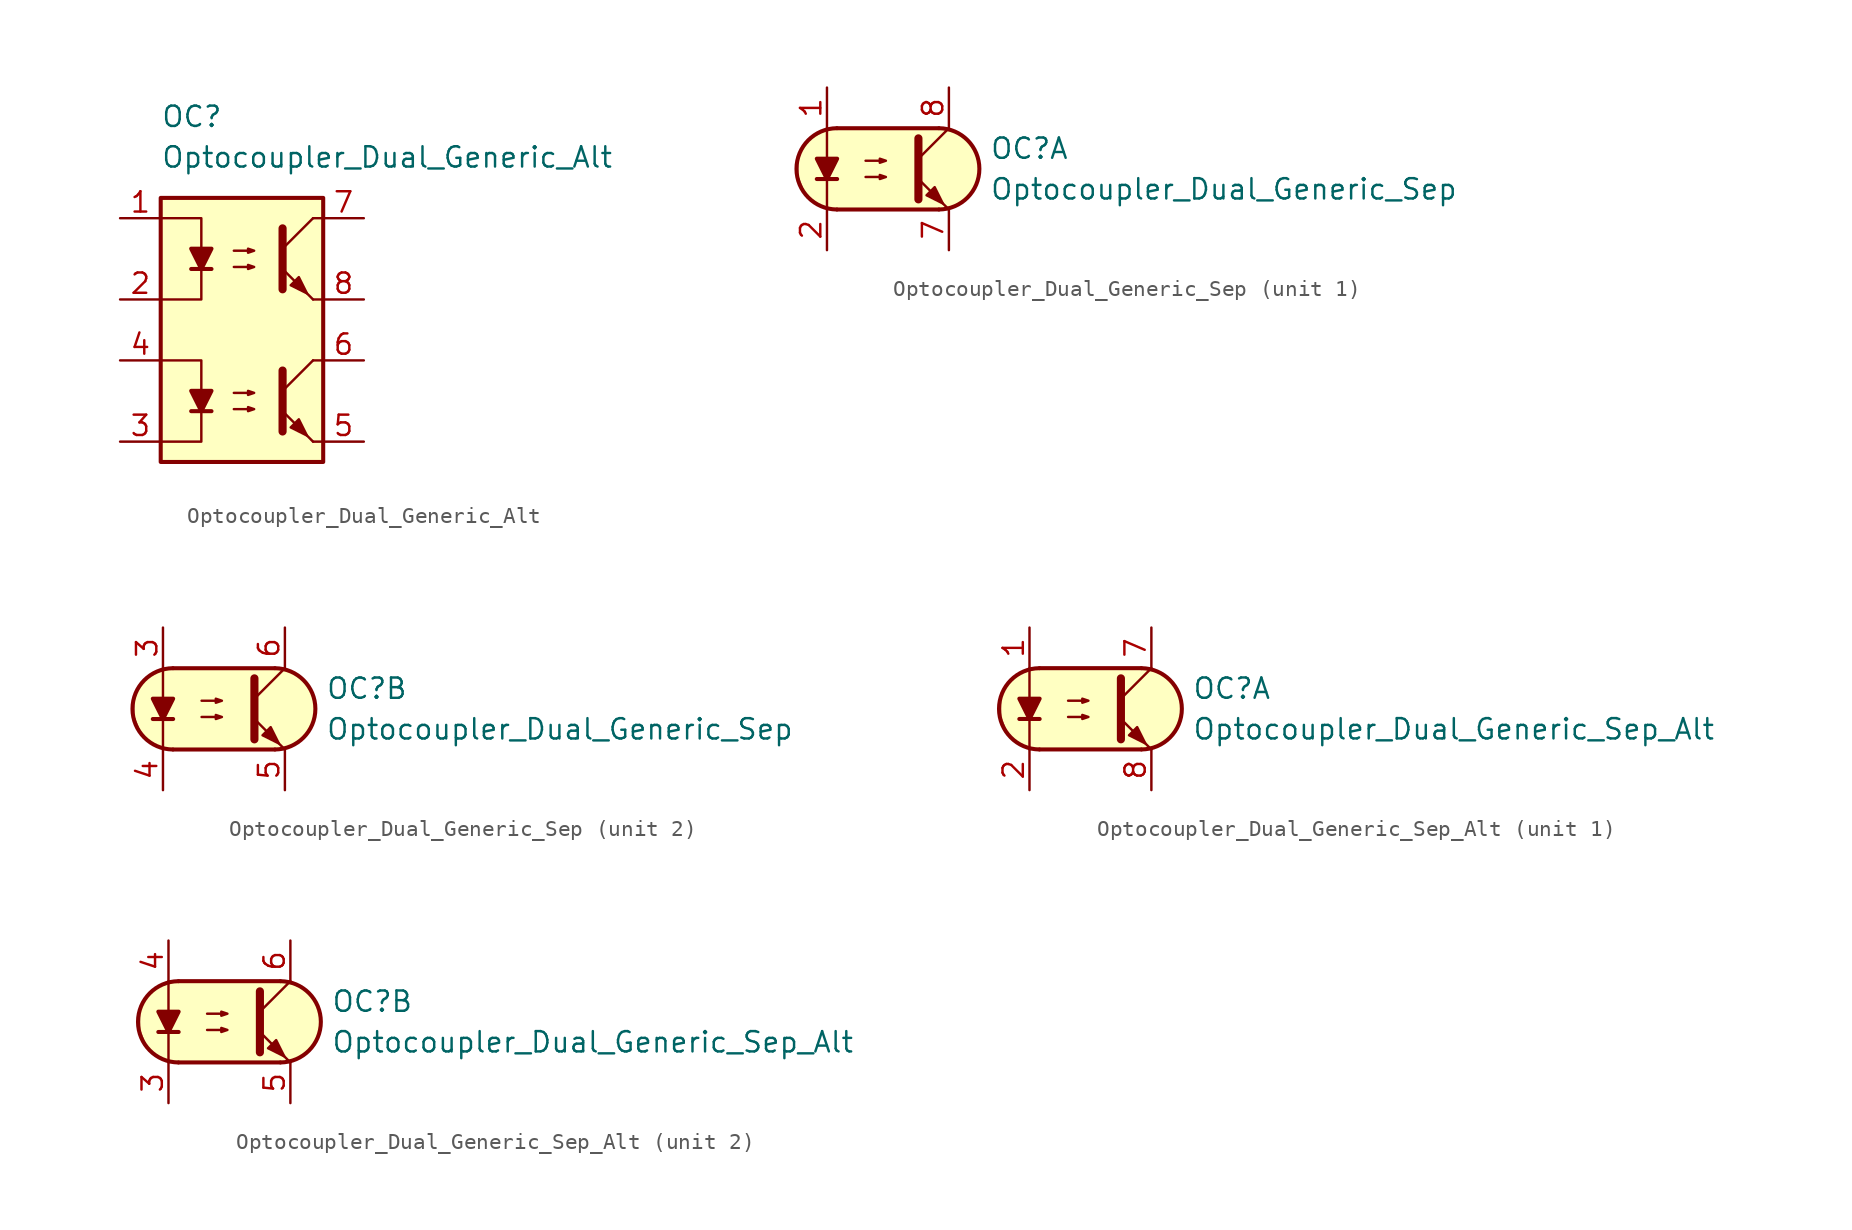
<source format=kicad_sym>
(kicad_symbol_lib
  (version 20231120)
  (generator "kicad_symbol_editor")
  (generator_version "8.0")
  (symbol "Optocoupler_Dual_Generic_Alt"
    (pin_names
      (offset 1.016))
    (property "Reference" "OC"
      (at -5.08 8.89 0)
      (effects (font (size 1.27 1.27)) (justify left)))
    (property "Value" "Optocoupler_Dual_Generic_Alt"
      (at -5.08 6.35 0)
      (effects (font (size 1.27 1.27)) (justify left)))
    (symbol "Optocoupler_Dual_Generic_Alt_0_1"
      (rectangle (start -5.08 3.81) (end 5.08 -12.7) (stroke (width 0.254) (type default)) (fill (type background)))
      (polyline (pts (xy -3.175 -0.635) (xy -1.905 -0.635)) (stroke (width 0.254) (type default)) (fill (type none)))
      (polyline (pts (xy 2.54 0.635) (xy 4.445 2.54)) (stroke (width 0) (type default)) (fill (type none)))
      (polyline (pts (xy 4.445 -2.54) (xy 2.54 -0.635)) (stroke (width 0) (type default)) (fill (type outline)))
      (polyline (pts (xy 4.445 -2.54) (xy 5.08 -2.54)) (stroke (width 0) (type default)) (fill (type none)))
      (polyline (pts (xy 4.445 2.54) (xy 5.08 2.54)) (stroke (width 0) (type default)) (fill (type none)))
      (polyline (pts (xy -5.08 2.54) (xy -2.54 2.54) (xy -2.54 -0.635)) (stroke (width 0) (type default)) (fill (type none)))
      (polyline (pts (xy -2.54 -0.635) (xy -2.54 -2.54) (xy -5.08 -2.54)) (stroke (width 0) (type default)) (fill (type none)))
      (polyline (pts (xy 2.54 1.905) (xy 2.54 -1.905) (xy 2.54 -1.905)) (stroke (width 0.508) (type default)) (fill (type none)))
      (polyline (pts (xy -2.54 -0.635) (xy -3.175 0.635) (xy -1.905 0.635) (xy -2.54 -0.635)) (stroke (width 0.254) (type default)) (fill (type outline)))
      (polyline (pts (xy -0.508 -0.508) (xy 0.762 -0.508) (xy 0.381 -0.635) (xy 0.381 -0.381) (xy 0.762 -0.508)) (stroke (width 0) (type default)) (fill (type none)))
      (polyline (pts (xy -0.508 0.508) (xy 0.762 0.508) (xy 0.381 0.381) (xy 0.381 0.635) (xy 0.762 0.508)) (stroke (width 0) (type default)) (fill (type none)))
      (polyline (pts (xy 3.048 -1.651) (xy 3.556 -1.143) (xy 4.064 -2.159) (xy 3.048 -1.651) (xy 3.048 -1.651)) (stroke (width 0) (type default)) (fill (type outline))))
    (symbol "Optocoupler_Dual_Generic_Alt_1_1"
      (polyline (pts (xy -3.175 -9.525) (xy -1.905 -9.525)) (stroke (width 0.254) (type default)) (fill (type none)))
      (polyline (pts (xy 2.54 -8.255) (xy 4.445 -6.35)) (stroke (width 0) (type default)) (fill (type none)))
      (polyline (pts (xy 4.445 -11.43) (xy 2.54 -9.525)) (stroke (width 0) (type default)) (fill (type outline)))
      (polyline (pts (xy 4.445 -11.43) (xy 5.08 -11.43)) (stroke (width 0) (type default)) (fill (type none)))
      (polyline (pts (xy 4.445 -6.35) (xy 5.08 -6.35)) (stroke (width 0) (type default)) (fill (type none)))
      (polyline (pts (xy -5.08 -6.35) (xy -2.54 -6.35) (xy -2.54 -9.525)) (stroke (width 0) (type default)) (fill (type none)))
      (polyline (pts (xy -2.54 -9.525) (xy -2.54 -11.43) (xy -5.08 -11.43)) (stroke (width 0) (type default)) (fill (type none)))
      (polyline (pts (xy 2.54 -6.985) (xy 2.54 -10.795) (xy 2.54 -10.795)) (stroke (width 0.508) (type default)) (fill (type none)))
      (polyline (pts (xy -2.54 -9.525) (xy -3.175 -8.255) (xy -1.905 -8.255) (xy -2.54 -9.525)) (stroke (width 0.254) (type default)) (fill (type outline)))
      (polyline (pts (xy -0.508 -9.398) (xy 0.762 -9.398) (xy 0.381 -9.525) (xy 0.381 -9.271) (xy 0.762 -9.398)) (stroke (width 0) (type default)) (fill (type none)))
      (polyline (pts (xy -0.508 -8.382) (xy 0.762 -8.382) (xy 0.381 -8.509) (xy 0.381 -8.255) (xy 0.762 -8.382)) (stroke (width 0) (type default)) (fill (type none)))
      (polyline (pts (xy 3.048 -10.541) (xy 3.556 -10.033) (xy 4.064 -11.049) (xy 3.048 -10.541) (xy 3.048 -10.541)) (stroke (width 0) (type default)) (fill (type outline)))
      (pin passive line (at -7.62 2.54 0) (length 2.54) (name "~" (effects (font (size 1.27 1.27)))) (number "1" (effects (font (size 1.27 1.27)))))
      (pin passive line (at -7.62 -2.54 0) (length 2.54) (name "~" (effects (font (size 1.27 1.27)))) (number "2" (effects (font (size 1.27 1.27)))))
      (pin passive line (at -7.62 -11.43 0) (length 2.54) (name "~" (effects (font (size 1.27 1.27)))) (number "3" (effects (font (size 1.27 1.27)))))
      (pin passive line (at -7.62 -6.35 0) (length 2.54) (name "~" (effects (font (size 1.27 1.27)))) (number "4" (effects (font (size 1.27 1.27)))))
      (pin passive line (at 7.62 -11.43 180) (length 2.54) (name "~" (effects (font (size 1.27 1.27)))) (number "5" (effects (font (size 1.27 1.27)))))
      (pin passive line (at 7.62 -6.35 180) (length 2.54) (name "~" (effects (font (size 1.27 1.27)))) (number "6" (effects (font (size 1.27 1.27)))))
      (pin passive line (at 7.62 2.54 180) (length 2.54) (name "~" (effects (font (size 1.27 1.27)))) (number "7" (effects (font (size 1.27 1.27)))))
      (pin passive line (at 7.62 -2.54 180) (length 2.54) (name "~" (effects (font (size 1.27 1.27)))) (number "8" (effects (font (size 1.27 1.27)))))))
  (symbol "Optocoupler_Dual_Generic_Sep"
    (pin_names
      (offset 1.016))
    (property "Reference" "OC"
      (at 6.35 1.27 0)
      (effects (font (size 1.27 1.27)) (justify left)))
    (property "Value" "Optocoupler_Dual_Generic_Sep"
      (at 6.35 -1.27 0)
      (effects (font (size 1.27 1.27)) (justify left)))
    (property "ki_locked" ""
      (at 0 0 0)
      (effects (font (size 1.27 1.27))))
    (symbol "Optocoupler_Dual_Generic_Sep_0_1"
      (arc (start -3.1975 2.54) (mid -5.7151 0) (end -3.1975 -2.54) (stroke (width 0.254) (type default)) (fill (type none)))
      (polyline (pts (xy -4.445 -0.635) (xy -3.175 -0.635)) (stroke (width 0.254) (type default)) (fill (type none)))
      (polyline (pts (xy -3.175 2.54) (xy 3.175 2.54)) (stroke (width 0.254) (type default)) (fill (type none)))
      (polyline (pts (xy 1.905 0.635) (xy 3.81 2.54)) (stroke (width 0) (type default)) (fill (type none)))
      (polyline (pts (xy 3.175 -2.54) (xy -3.175 -2.54)) (stroke (width 0.254) (type default)) (fill (type none)))
      (polyline (pts (xy 3.81 -2.54) (xy 1.905 -0.635)) (stroke (width 0) (type default)) (fill (type outline)))
      (polyline (pts (xy -3.81 -2.54) (xy -3.81 -1.27) (xy -3.81 2.54)) (stroke (width 0.152) (type default)) (fill (type none)))
      (polyline (pts (xy 1.905 1.905) (xy 1.905 -1.905) (xy 1.905 -1.905)) (stroke (width 0.508) (type default)) (fill (type none)))
      (polyline (pts (xy -3.81 -0.635) (xy -4.445 0.635) (xy -3.175 0.635) (xy -3.81 -0.635)) (stroke (width 0.254) (type default)) (fill (type outline)))
      (polyline (pts (xy -1.397 -0.508) (xy -0.127 -0.508) (xy -0.508 -0.635) (xy -0.508 -0.381) (xy -0.127 -0.508)) (stroke (width 0) (type default)) (fill (type none)))
      (polyline (pts (xy -1.397 0.508) (xy -0.127 0.508) (xy -0.508 0.381) (xy -0.508 0.635) (xy -0.127 0.508)) (stroke (width 0) (type default)) (fill (type none)))
      (polyline (pts (xy 2.413 -1.651) (xy 2.921 -1.143) (xy 3.429 -2.159) (xy 2.413 -1.651) (xy 2.413 -1.651)) (stroke (width 0) (type default)) (fill (type outline)))
      (polyline (pts (xy -2.54 2.54) (xy 3.429 2.54) (xy 4.318 2.286) (xy 4.699 2.032) (xy 5.08 1.651) (xy 5.461 1.016) (xy 5.715 0.381) (xy 5.715 -0.381) (xy 5.461 -1.143) (xy 4.826 -1.905) (xy 4.191 -2.286) (xy 3.302 -2.54) (xy -3.81 -2.54) (xy -3.81 -2.54) (xy -4.572 -2.032) (xy -5.08 -1.778) (xy -5.588 -0.508) (xy -5.588 0.254) (xy -5.588 1.016) (xy -5.08 1.778) (xy -4.318 2.286) (xy -3.556 2.54) (xy -2.54 2.54)) (stroke (width 0.01) (type default)) (fill (type background)))
      (arc (start 3.1975 -2.54) (mid 5.7151 0) (end 3.1975 2.54) (stroke (width 0.254) (type default)) (fill (type none))))
    (symbol "Optocoupler_Dual_Generic_Sep_1_1"
      (pin passive line (at -3.81 5.08 270) (length 2.54) (name "~" (effects (font (size 1.27 1.27)))) (number "1" (effects (font (size 1.27 1.27)))))
      (pin passive line (at -3.81 -5.08 90) (length 2.54) (name "~" (effects (font (size 1.27 1.27)))) (number "2" (effects (font (size 1.27 1.27)))))
      (pin passive line (at 3.81 -5.08 90) (length 2.54) (name "~" (effects (font (size 1.27 1.27)))) (number "7" (effects (font (size 1.27 1.27)))))
      (pin passive line (at 3.81 5.08 270) (length 2.54) (name "~" (effects (font (size 1.27 1.27)))) (number "8" (effects (font (size 1.27 1.27))))))
    (symbol "Optocoupler_Dual_Generic_Sep_2_1"
      (pin passive line (at -3.81 5.08 270) (length 2.54) (name "~" (effects (font (size 1.27 1.27)))) (number "3" (effects (font (size 1.27 1.27)))))
      (pin passive line (at -3.81 -5.08 90) (length 2.54) (name "~" (effects (font (size 1.27 1.27)))) (number "4" (effects (font (size 1.27 1.27)))))
      (pin passive line (at 3.81 -5.08 90) (length 2.54) (name "~" (effects (font (size 1.27 1.27)))) (number "5" (effects (font (size 1.27 1.27)))))
      (pin passive line (at 3.81 5.08 270) (length 2.54) (name "~" (effects (font (size 1.27 1.27)))) (number "6" (effects (font (size 1.27 1.27)))))))
  (symbol "Optocoupler_Dual_Generic_Sep_Alt"
    (pin_names
      (offset 1.016))
    (property "Reference" "OC"
      (at 6.35 1.27 0)
      (effects (font (size 1.27 1.27)) (justify left)))
    (property "Value" "Optocoupler_Dual_Generic_Sep_Alt"
      (at 6.35 -1.27 0)
      (effects (font (size 1.27 1.27)) (justify left)))
    (property "ki_locked" ""
      (at 0 0 0)
      (effects (font (size 1.27 1.27))))
    (symbol "Optocoupler_Dual_Generic_Sep_Alt_0_1"
      (arc (start -3.1975 2.54) (mid -5.7151 0) (end -3.1975 -2.54) (stroke (width 0.254) (type default)) (fill (type none)))
      (polyline (pts (xy -4.445 -0.635) (xy -3.175 -0.635)) (stroke (width 0.254) (type default)) (fill (type none)))
      (polyline (pts (xy -3.175 2.54) (xy 3.175 2.54)) (stroke (width 0.254) (type default)) (fill (type none)))
      (polyline (pts (xy 1.905 0.635) (xy 3.81 2.54)) (stroke (width 0) (type default)) (fill (type none)))
      (polyline (pts (xy 3.175 -2.54) (xy -3.175 -2.54)) (stroke (width 0.254) (type default)) (fill (type none)))
      (polyline (pts (xy 3.81 -2.54) (xy 1.905 -0.635)) (stroke (width 0) (type default)) (fill (type outline)))
      (polyline (pts (xy -3.81 -2.54) (xy -3.81 -1.27) (xy -3.81 2.54)) (stroke (width 0.152) (type default)) (fill (type none)))
      (polyline (pts (xy 1.905 1.905) (xy 1.905 -1.905) (xy 1.905 -1.905)) (stroke (width 0.508) (type default)) (fill (type none)))
      (polyline (pts (xy -3.81 -0.635) (xy -4.445 0.635) (xy -3.175 0.635) (xy -3.81 -0.635)) (stroke (width 0.254) (type default)) (fill (type outline)))
      (polyline (pts (xy -1.397 -0.508) (xy -0.127 -0.508) (xy -0.508 -0.635) (xy -0.508 -0.381) (xy -0.127 -0.508)) (stroke (width 0) (type default)) (fill (type none)))
      (polyline (pts (xy -1.397 0.508) (xy -0.127 0.508) (xy -0.508 0.381) (xy -0.508 0.635) (xy -0.127 0.508)) (stroke (width 0) (type default)) (fill (type none)))
      (polyline (pts (xy 2.413 -1.651) (xy 2.921 -1.143) (xy 3.429 -2.159) (xy 2.413 -1.651) (xy 2.413 -1.651)) (stroke (width 0) (type default)) (fill (type outline)))
      (polyline (pts (xy -2.54 2.54) (xy 3.429 2.54) (xy 4.318 2.286) (xy 4.699 2.032) (xy 5.08 1.651) (xy 5.461 1.016) (xy 5.715 0.381) (xy 5.715 -0.381) (xy 5.461 -1.143) (xy 4.826 -1.905) (xy 4.191 -2.286) (xy 3.302 -2.54) (xy -3.81 -2.54) (xy -3.81 -2.54) (xy -4.572 -2.032) (xy -5.08 -1.778) (xy -5.588 -0.508) (xy -5.588 0.254) (xy -5.588 1.016) (xy -5.08 1.778) (xy -4.318 2.286) (xy -3.556 2.54) (xy -2.54 2.54)) (stroke (width 0.01) (type default)) (fill (type background)))
      (arc (start 3.1975 -2.54) (mid 5.7151 0) (end 3.1975 2.54) (stroke (width 0.254) (type default)) (fill (type none))))
    (symbol "Optocoupler_Dual_Generic_Sep_Alt_1_1"
      (pin passive line (at -3.81 5.08 270) (length 2.54) (name "~" (effects (font (size 1.27 1.27)))) (number "1" (effects (font (size 1.27 1.27)))))
      (pin passive line (at -3.81 -5.08 90) (length 2.54) (name "~" (effects (font (size 1.27 1.27)))) (number "2" (effects (font (size 1.27 1.27)))))
      (pin passive line (at 3.81 5.08 270) (length 2.54) (name "~" (effects (font (size 1.27 1.27)))) (number "7" (effects (font (size 1.27 1.27)))))
      (pin passive line (at 3.81 -5.08 90) (length 2.54) (name "~" (effects (font (size 1.27 1.27)))) (number "8" (effects (font (size 1.27 1.27))))))
    (symbol "Optocoupler_Dual_Generic_Sep_Alt_2_1"
      (pin passive line (at -3.81 -5.08 90) (length 2.54) (name "~" (effects (font (size 1.27 1.27)))) (number "3" (effects (font (size 1.27 1.27)))))
      (pin passive line (at -3.81 5.08 270) (length 2.54) (name "~" (effects (font (size 1.27 1.27)))) (number "4" (effects (font (size 1.27 1.27)))))
      (pin passive line (at 3.81 -5.08 90) (length 2.54) (name "~" (effects (font (size 1.27 1.27)))) (number "5" (effects (font (size 1.27 1.27)))))
      (pin passive line (at 3.81 5.08 270) (length 2.54) (name "~" (effects (font (size 1.27 1.27)))) (number "6" (effects (font (size 1.27 1.27))))))))
</source>
